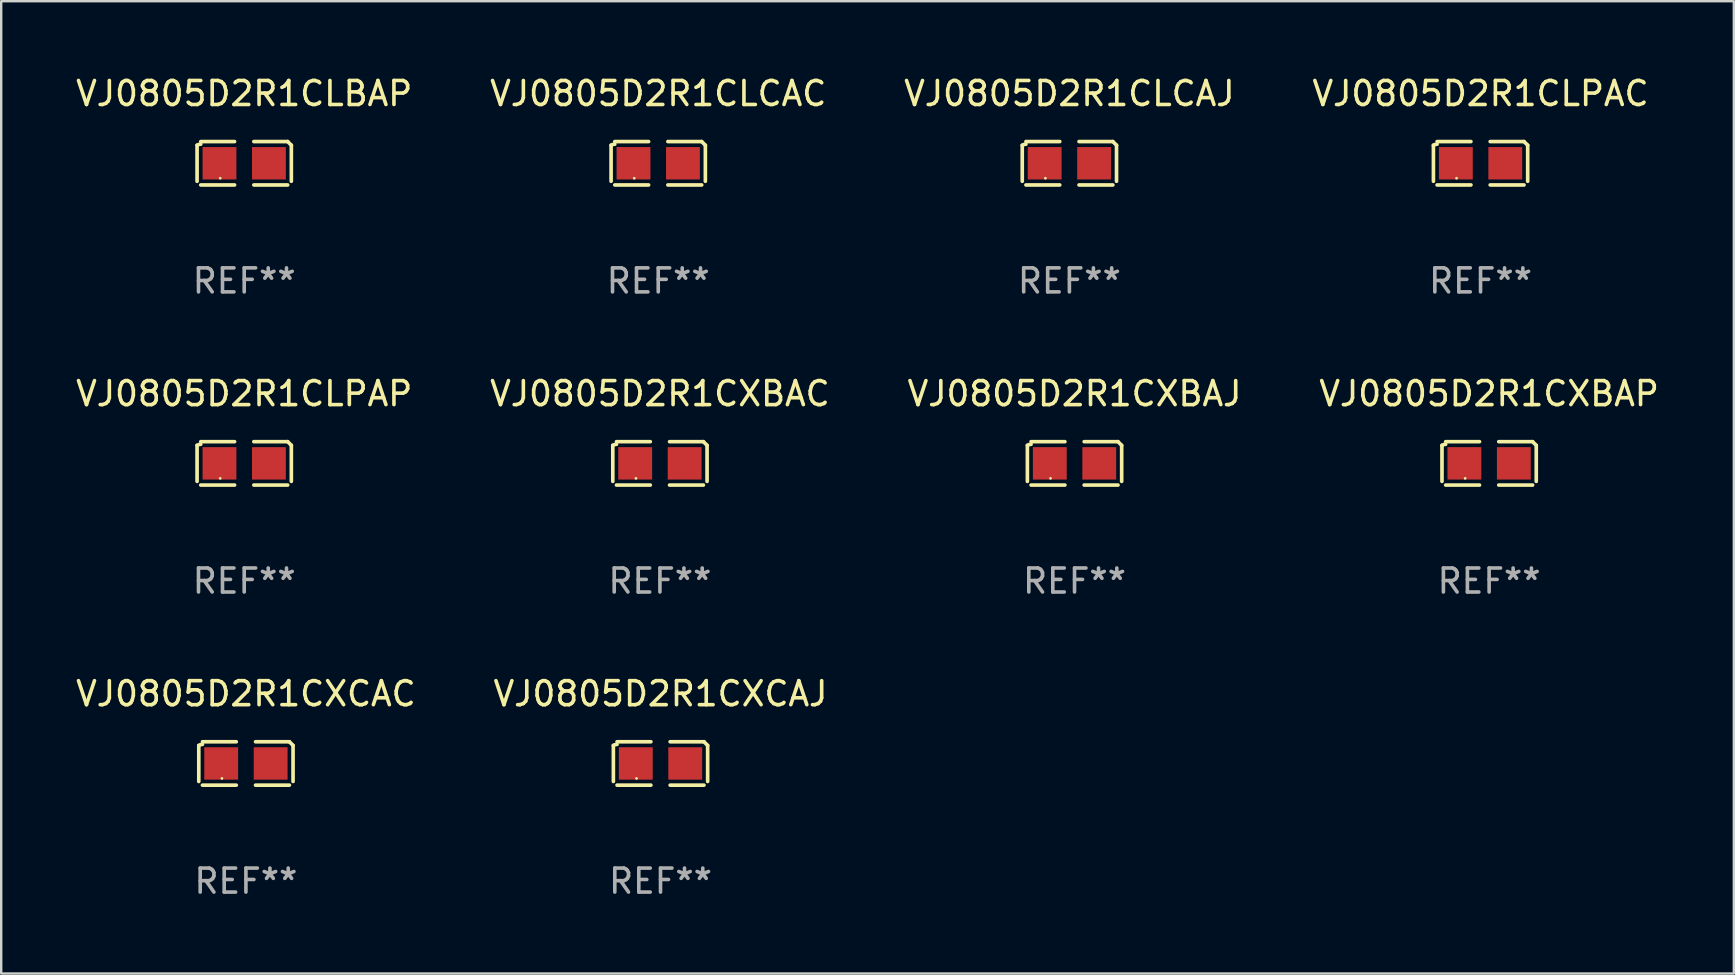
<source format=kicad_pcb>
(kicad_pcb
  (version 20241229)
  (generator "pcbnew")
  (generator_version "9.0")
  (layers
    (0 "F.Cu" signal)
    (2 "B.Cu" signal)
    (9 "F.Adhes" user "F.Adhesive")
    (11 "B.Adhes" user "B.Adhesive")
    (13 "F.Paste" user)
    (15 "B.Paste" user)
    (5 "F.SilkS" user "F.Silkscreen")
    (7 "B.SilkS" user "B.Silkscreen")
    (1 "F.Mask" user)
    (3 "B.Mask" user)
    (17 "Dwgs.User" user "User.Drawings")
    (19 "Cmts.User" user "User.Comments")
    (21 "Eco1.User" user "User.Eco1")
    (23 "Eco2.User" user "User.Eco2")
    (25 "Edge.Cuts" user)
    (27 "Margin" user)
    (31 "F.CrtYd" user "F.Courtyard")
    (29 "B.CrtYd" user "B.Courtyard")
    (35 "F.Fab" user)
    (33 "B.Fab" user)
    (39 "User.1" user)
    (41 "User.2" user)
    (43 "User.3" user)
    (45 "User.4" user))
  (footprint "VJ0805D2R1CXBAP"
    (layer "F.Cu")
    (at 58.994 16.256)
    (property "Reference" "VJ0805D2R1CXBAP" (at 0 -2.904 0) (layer "F.SilkS") (effects (font (size 1 1) (thickness 0.15))))
    (attr through_hole)
    (fp_line (start -1.964 0.751) (end -1.964 -0.751) (stroke (width 0.152) (type solid)) (layer "F.SilkS"))
    (fp_line (start -1.811 -0.904) (end -0.401 -0.904) (stroke (width 0.152) (type solid)) (layer "F.SilkS"))
    (fp_line (start -0.401 0.904) (end -1.811 0.904) (stroke (width 0.152) (type solid)) (layer "F.SilkS"))
    (fp_line (start 0.401 0.904) (end 1.811 0.904) (stroke (width 0.152) (type solid)) (layer "F.SilkS"))
    (fp_line (start 1.811 -0.904) (end 0.401 -0.904) (stroke (width 0.152) (type solid)) (layer "F.SilkS"))
    (fp_line (start 1.964 0.751) (end 1.964 -0.751) (stroke (width 0.152) (type solid)) (layer "F.SilkS"))
    (fp_arc (start -1.963602 -0.751207) (mid -1.890354 -0.783131) (end -1.811201 -0.794044) (stroke (width 0.1524) (type solid)) (layer "F.SilkS"))
    (fp_arc (start 1.811202 -0.903607) (mid 1.887413 -0.827418) (end 1.963602 -0.751207) (stroke (width 0.1524) (type solid)) (layer "F.SilkS"))
    (fp_circle (center -1 0.625) (end -0.97 0.625) (stroke (width 0.06) (type solid)) (fill no) (layer "F.SilkS"))
    (fp_text user "REF**" (at 0 4.904 0) (layer "F.Fab") (effects (font (size 1 1) (thickness 0.15))))
    (pad "1" smd rect (at -1.03 0) (size 1.41 1.35) (layers "F.Cu" "F.Mask" "F.Paste"))
    (pad "2" smd rect (at 1.03 0) (size 1.41 1.35) (layers "F.Cu" "F.Mask" "F.Paste")))
  (footprint "VJ0805D2R1CLPAC"
    (layer "F.Cu")
    (at 58.637 3.752)
    (property "Reference" "VJ0805D2R1CLPAC" (at 0 -2.904 0) (layer "F.SilkS") (effects (font (size 1 1) (thickness 0.15))))
    (attr through_hole)
    (fp_line (start -1.964 0.751) (end -1.964 -0.751) (stroke (width 0.152) (type solid)) (layer "F.SilkS"))
    (fp_line (start -1.811 -0.904) (end -0.401 -0.904) (stroke (width 0.152) (type solid)) (layer "F.SilkS"))
    (fp_line (start -0.401 0.904) (end -1.811 0.904) (stroke (width 0.152) (type solid)) (layer "F.SilkS"))
    (fp_line (start 0.401 0.904) (end 1.811 0.904) (stroke (width 0.152) (type solid)) (layer "F.SilkS"))
    (fp_line (start 1.811 -0.904) (end 0.401 -0.904) (stroke (width 0.152) (type solid)) (layer "F.SilkS"))
    (fp_line (start 1.964 0.751) (end 1.964 -0.751) (stroke (width 0.152) (type solid)) (layer "F.SilkS"))
    (fp_arc (start -1.963602 -0.751207) (mid -1.890354 -0.783131) (end -1.811201 -0.794044) (stroke (width 0.1524) (type solid)) (layer "F.SilkS"))
    (fp_arc (start 1.811202 -0.903607) (mid 1.887413 -0.827418) (end 1.963602 -0.751207) (stroke (width 0.1524) (type solid)) (layer "F.SilkS"))
    (fp_circle (center -1 0.625) (end -0.97 0.625) (stroke (width 0.06) (type solid)) (fill no) (layer "F.SilkS"))
    (fp_text user "REF**" (at 0 4.904 0) (layer "F.Fab") (effects (font (size 1 1) (thickness 0.15))))
    (pad "1" smd rect (at -1.03 0) (size 1.41 1.35) (layers "F.Cu" "F.Mask" "F.Paste"))
    (pad "2" smd rect (at 1.03 0) (size 1.41 1.35) (layers "F.Cu" "F.Mask" "F.Paste")))
  (footprint "VJ0805D2R1CXCAC"
    (layer "F.Cu")
    (at 7.196 28.759)
    (property "Reference" "VJ0805D2R1CXCAC" (at 0 -2.904 0) (layer "F.SilkS") (effects (font (size 1 1) (thickness 0.15))))
    (attr through_hole)
    (fp_line (start -1.964 0.751) (end -1.964 -0.751) (stroke (width 0.152) (type solid)) (layer "F.SilkS"))
    (fp_line (start -1.811 -0.904) (end -0.401 -0.904) (stroke (width 0.152) (type solid)) (layer "F.SilkS"))
    (fp_line (start -0.401 0.904) (end -1.811 0.904) (stroke (width 0.152) (type solid)) (layer "F.SilkS"))
    (fp_line (start 0.401 0.904) (end 1.811 0.904) (stroke (width 0.152) (type solid)) (layer "F.SilkS"))
    (fp_line (start 1.811 -0.904) (end 0.401 -0.904) (stroke (width 0.152) (type solid)) (layer "F.SilkS"))
    (fp_line (start 1.964 0.751) (end 1.964 -0.751) (stroke (width 0.152) (type solid)) (layer "F.SilkS"))
    (fp_arc (start -1.963602 -0.751207) (mid -1.890354 -0.783131) (end -1.811201 -0.794044) (stroke (width 0.1524) (type solid)) (layer "F.SilkS"))
    (fp_arc (start 1.811202 -0.903607) (mid 1.887413 -0.827418) (end 1.963602 -0.751207) (stroke (width 0.1524) (type solid)) (layer "F.SilkS"))
    (fp_circle (center -1 0.625) (end -0.97 0.625) (stroke (width 0.06) (type solid)) (fill no) (layer "F.SilkS"))
    (fp_text user "REF**" (at 0 4.904 0) (layer "F.Fab") (effects (font (size 1 1) (thickness 0.15))))
    (pad "1" smd rect (at -1.03 0) (size 1.41 1.35) (layers "F.Cu" "F.Mask" "F.Paste"))
    (pad "2" smd rect (at 1.03 0) (size 1.41 1.35) (layers "F.Cu" "F.Mask" "F.Paste")))
  (footprint "VJ0805D2R1CXCAJ"
    (layer "F.Cu")
    (at 24.47 28.759)
    (property "Reference" "VJ0805D2R1CXCAJ" (at 0 -2.904 0) (layer "F.SilkS") (effects (font (size 1 1) (thickness 0.15))))
    (attr through_hole)
    (fp_line (start -1.964 0.751) (end -1.964 -0.751) (stroke (width 0.152) (type solid)) (layer "F.SilkS"))
    (fp_line (start -1.811 -0.904) (end -0.401 -0.904) (stroke (width 0.152) (type solid)) (layer "F.SilkS"))
    (fp_line (start -0.401 0.904) (end -1.811 0.904) (stroke (width 0.152) (type solid)) (layer "F.SilkS"))
    (fp_line (start 0.401 0.904) (end 1.811 0.904) (stroke (width 0.152) (type solid)) (layer "F.SilkS"))
    (fp_line (start 1.811 -0.904) (end 0.401 -0.904) (stroke (width 0.152) (type solid)) (layer "F.SilkS"))
    (fp_line (start 1.964 0.751) (end 1.964 -0.751) (stroke (width 0.152) (type solid)) (layer "F.SilkS"))
    (fp_arc (start -1.963602 -0.751207) (mid -1.890354 -0.783131) (end -1.811201 -0.794044) (stroke (width 0.1524) (type solid)) (layer "F.SilkS"))
    (fp_arc (start 1.811202 -0.903607) (mid 1.887413 -0.827418) (end 1.963602 -0.751207) (stroke (width 0.1524) (type solid)) (layer "F.SilkS"))
    (fp_circle (center -1 0.625) (end -0.97 0.625) (stroke (width 0.06) (type solid)) (fill no) (layer "F.SilkS"))
    (fp_text user "REF**" (at 0 4.904 0) (layer "F.Fab") (effects (font (size 1 1) (thickness 0.15))))
    (pad "1" smd rect (at -1.03 0) (size 1.41 1.35) (layers "F.Cu" "F.Mask" "F.Paste"))
    (pad "2" smd rect (at 1.03 0) (size 1.41 1.35) (layers "F.Cu" "F.Mask" "F.Paste")))
  (footprint "VJ0805D2R1CXBAC"
    (layer "F.Cu")
    (at 24.446 16.256)
    (property "Reference" "VJ0805D2R1CXBAC" (at 0 -2.904 0) (layer "F.SilkS") (effects (font (size 1 1) (thickness 0.15))))
    (attr through_hole)
    (fp_line (start -1.964 0.751) (end -1.964 -0.751) (stroke (width 0.152) (type solid)) (layer "F.SilkS"))
    (fp_line (start -1.811 -0.904) (end -0.401 -0.904) (stroke (width 0.152) (type solid)) (layer "F.SilkS"))
    (fp_line (start -0.401 0.904) (end -1.811 0.904) (stroke (width 0.152) (type solid)) (layer "F.SilkS"))
    (fp_line (start 0.401 0.904) (end 1.811 0.904) (stroke (width 0.152) (type solid)) (layer "F.SilkS"))
    (fp_line (start 1.811 -0.904) (end 0.401 -0.904) (stroke (width 0.152) (type solid)) (layer "F.SilkS"))
    (fp_line (start 1.964 0.751) (end 1.964 -0.751) (stroke (width 0.152) (type solid)) (layer "F.SilkS"))
    (fp_arc (start -1.963602 -0.751207) (mid -1.890354 -0.783131) (end -1.811201 -0.794044) (stroke (width 0.1524) (type solid)) (layer "F.SilkS"))
    (fp_arc (start 1.811202 -0.903607) (mid 1.887413 -0.827418) (end 1.963602 -0.751207) (stroke (width 0.1524) (type solid)) (layer "F.SilkS"))
    (fp_circle (center -1 0.625) (end -0.97 0.625) (stroke (width 0.06) (type solid)) (fill no) (layer "F.SilkS"))
    (fp_text user "REF**" (at 0 4.904 0) (layer "F.Fab") (effects (font (size 1 1) (thickness 0.15))))
    (pad "1" smd rect (at -1.03 0) (size 1.41 1.35) (layers "F.Cu" "F.Mask" "F.Paste"))
    (pad "2" smd rect (at 1.03 0) (size 1.41 1.35) (layers "F.Cu" "F.Mask" "F.Paste")))
  (footprint "VJ0805D2R1CLCAC"
    (layer "F.Cu")
    (at 24.375 3.752)
    (property "Reference" "VJ0805D2R1CLCAC" (at 0 -2.904 0) (layer "F.SilkS") (effects (font (size 1 1) (thickness 0.15))))
    (attr through_hole)
    (fp_line (start -1.964 0.751) (end -1.964 -0.751) (stroke (width 0.152) (type solid)) (layer "F.SilkS"))
    (fp_line (start -1.811 -0.904) (end -0.401 -0.904) (stroke (width 0.152) (type solid)) (layer "F.SilkS"))
    (fp_line (start -0.401 0.904) (end -1.811 0.904) (stroke (width 0.152) (type solid)) (layer "F.SilkS"))
    (fp_line (start 0.401 0.904) (end 1.811 0.904) (stroke (width 0.152) (type solid)) (layer "F.SilkS"))
    (fp_line (start 1.811 -0.904) (end 0.401 -0.904) (stroke (width 0.152) (type solid)) (layer "F.SilkS"))
    (fp_line (start 1.964 0.751) (end 1.964 -0.751) (stroke (width 0.152) (type solid)) (layer "F.SilkS"))
    (fp_arc (start -1.963602 -0.751207) (mid -1.890354 -0.783131) (end -1.811201 -0.794044) (stroke (width 0.1524) (type solid)) (layer "F.SilkS"))
    (fp_arc (start 1.811202 -0.903607) (mid 1.887413 -0.827418) (end 1.963602 -0.751207) (stroke (width 0.1524) (type solid)) (layer "F.SilkS"))
    (fp_circle (center -1 0.625) (end -0.97 0.625) (stroke (width 0.06) (type solid)) (fill no) (layer "F.SilkS"))
    (fp_text user "REF**" (at 0 4.904 0) (layer "F.Fab") (effects (font (size 1 1) (thickness 0.15))))
    (pad "1" smd rect (at -1.03 0) (size 1.41 1.35) (layers "F.Cu" "F.Mask" "F.Paste"))
    (pad "2" smd rect (at 1.03 0) (size 1.41 1.35) (layers "F.Cu" "F.Mask" "F.Paste")))
  (footprint "VJ0805D2R1CLCAJ"
    (layer "F.Cu")
    (at 41.506 3.752)
    (property "Reference" "VJ0805D2R1CLCAJ" (at 0 -2.904 0) (layer "F.SilkS") (effects (font (size 1 1) (thickness 0.15))))
    (attr through_hole)
    (fp_line (start -1.964 0.751) (end -1.964 -0.751) (stroke (width 0.152) (type solid)) (layer "F.SilkS"))
    (fp_line (start -1.811 -0.904) (end -0.401 -0.904) (stroke (width 0.152) (type solid)) (layer "F.SilkS"))
    (fp_line (start -0.401 0.904) (end -1.811 0.904) (stroke (width 0.152) (type solid)) (layer "F.SilkS"))
    (fp_line (start 0.401 0.904) (end 1.811 0.904) (stroke (width 0.152) (type solid)) (layer "F.SilkS"))
    (fp_line (start 1.811 -0.904) (end 0.401 -0.904) (stroke (width 0.152) (type solid)) (layer "F.SilkS"))
    (fp_line (start 1.964 0.751) (end 1.964 -0.751) (stroke (width 0.152) (type solid)) (layer "F.SilkS"))
    (fp_arc (start -1.963602 -0.751207) (mid -1.890354 -0.783131) (end -1.811201 -0.794044) (stroke (width 0.1524) (type solid)) (layer "F.SilkS"))
    (fp_arc (start 1.811202 -0.903607) (mid 1.887413 -0.827418) (end 1.963602 -0.751207) (stroke (width 0.1524) (type solid)) (layer "F.SilkS"))
    (fp_circle (center -1 0.625) (end -0.97 0.625) (stroke (width 0.06) (type solid)) (fill no) (layer "F.SilkS"))
    (fp_text user "REF**" (at 0 4.904 0) (layer "F.Fab") (effects (font (size 1 1) (thickness 0.15))))
    (pad "1" smd rect (at -1.03 0) (size 1.41 1.35) (layers "F.Cu" "F.Mask" "F.Paste"))
    (pad "2" smd rect (at 1.03 0) (size 1.41 1.35) (layers "F.Cu" "F.Mask" "F.Paste")))
  (footprint "VJ0805D2R1CLPAP"
    (layer "F.Cu")
    (at 7.125 16.256)
    (property "Reference" "VJ0805D2R1CLPAP" (at 0 -2.904 0) (layer "F.SilkS") (effects (font (size 1 1) (thickness 0.15))))
    (attr through_hole)
    (fp_line (start -1.964 0.751) (end -1.964 -0.751) (stroke (width 0.152) (type solid)) (layer "F.SilkS"))
    (fp_line (start -1.811 -0.904) (end -0.401 -0.904) (stroke (width 0.152) (type solid)) (layer "F.SilkS"))
    (fp_line (start -0.401 0.904) (end -1.811 0.904) (stroke (width 0.152) (type solid)) (layer "F.SilkS"))
    (fp_line (start 0.401 0.904) (end 1.811 0.904) (stroke (width 0.152) (type solid)) (layer "F.SilkS"))
    (fp_line (start 1.811 -0.904) (end 0.401 -0.904) (stroke (width 0.152) (type solid)) (layer "F.SilkS"))
    (fp_line (start 1.964 0.751) (end 1.964 -0.751) (stroke (width 0.152) (type solid)) (layer "F.SilkS"))
    (fp_arc (start -1.963602 -0.751207) (mid -1.890354 -0.783131) (end -1.811201 -0.794044) (stroke (width 0.1524) (type solid)) (layer "F.SilkS"))
    (fp_arc (start 1.811202 -0.903607) (mid 1.887413 -0.827418) (end 1.963602 -0.751207) (stroke (width 0.1524) (type solid)) (layer "F.SilkS"))
    (fp_circle (center -1 0.625) (end -0.97 0.625) (stroke (width 0.06) (type solid)) (fill no) (layer "F.SilkS"))
    (fp_text user "REF**" (at 0 4.904 0) (layer "F.Fab") (effects (font (size 1 1) (thickness 0.15))))
    (pad "1" smd rect (at -1.03 0) (size 1.41 1.35) (layers "F.Cu" "F.Mask" "F.Paste"))
    (pad "2" smd rect (at 1.03 0) (size 1.41 1.35) (layers "F.Cu" "F.Mask" "F.Paste")))
  (footprint "VJ0805D2R1CLBAP"
    (layer "F.Cu")
    (at 7.125 3.752)
    (property "Reference" "VJ0805D2R1CLBAP" (at 0 -2.904 0) (layer "F.SilkS") (effects (font (size 1 1) (thickness 0.15))))
    (attr through_hole)
    (fp_line (start -1.964 0.751) (end -1.964 -0.751) (stroke (width 0.152) (type solid)) (layer "F.SilkS"))
    (fp_line (start -1.811 -0.904) (end -0.401 -0.904) (stroke (width 0.152) (type solid)) (layer "F.SilkS"))
    (fp_line (start -0.401 0.904) (end -1.811 0.904) (stroke (width 0.152) (type solid)) (layer "F.SilkS"))
    (fp_line (start 0.401 0.904) (end 1.811 0.904) (stroke (width 0.152) (type solid)) (layer "F.SilkS"))
    (fp_line (start 1.811 -0.904) (end 0.401 -0.904) (stroke (width 0.152) (type solid)) (layer "F.SilkS"))
    (fp_line (start 1.964 0.751) (end 1.964 -0.751) (stroke (width 0.152) (type solid)) (layer "F.SilkS"))
    (fp_arc (start -1.963602 -0.751207) (mid -1.890354 -0.783131) (end -1.811201 -0.794044) (stroke (width 0.1524) (type solid)) (layer "F.SilkS"))
    (fp_arc (start 1.811202 -0.903607) (mid 1.887413 -0.827418) (end 1.963602 -0.751207) (stroke (width 0.1524) (type solid)) (layer "F.SilkS"))
    (fp_circle (center -1 0.625) (end -0.97 0.625) (stroke (width 0.06) (type solid)) (fill no) (layer "F.SilkS"))
    (fp_text user "REF**" (at 0 4.904 0) (layer "F.Fab") (effects (font (size 1 1) (thickness 0.15))))
    (pad "1" smd rect (at -1.03 0) (size 1.41 1.35) (layers "F.Cu" "F.Mask" "F.Paste"))
    (pad "2" smd rect (at 1.03 0) (size 1.41 1.35) (layers "F.Cu" "F.Mask" "F.Paste")))
  (footprint "VJ0805D2R1CXBAJ"
    (layer "F.Cu")
    (at 41.72 16.256)
    (property "Reference" "VJ0805D2R1CXBAJ" (at 0 -2.904 0) (layer "F.SilkS") (effects (font (size 1 1) (thickness 0.15))))
    (attr through_hole)
    (fp_line (start -1.964 0.751) (end -1.964 -0.751) (stroke (width 0.152) (type solid)) (layer "F.SilkS"))
    (fp_line (start -1.811 -0.904) (end -0.401 -0.904) (stroke (width 0.152) (type solid)) (layer "F.SilkS"))
    (fp_line (start -0.401 0.904) (end -1.811 0.904) (stroke (width 0.152) (type solid)) (layer "F.SilkS"))
    (fp_line (start 0.401 0.904) (end 1.811 0.904) (stroke (width 0.152) (type solid)) (layer "F.SilkS"))
    (fp_line (start 1.811 -0.904) (end 0.401 -0.904) (stroke (width 0.152) (type solid)) (layer "F.SilkS"))
    (fp_line (start 1.964 0.751) (end 1.964 -0.751) (stroke (width 0.152) (type solid)) (layer "F.SilkS"))
    (fp_arc (start -1.963602 -0.751207) (mid -1.890354 -0.783131) (end -1.811201 -0.794044) (stroke (width 0.1524) (type solid)) (layer "F.SilkS"))
    (fp_arc (start 1.811202 -0.903607) (mid 1.887413 -0.827418) (end 1.963602 -0.751207) (stroke (width 0.1524) (type solid)) (layer "F.SilkS"))
    (fp_circle (center -1 0.625) (end -0.97 0.625) (stroke (width 0.06) (type solid)) (fill no) (layer "F.SilkS"))
    (fp_text user "REF**" (at 0 4.904 0) (layer "F.Fab") (effects (font (size 1 1) (thickness 0.15))))
    (pad "1" smd rect (at -1.03 0) (size 1.41 1.35) (layers "F.Cu" "F.Mask" "F.Paste"))
    (pad "2" smd rect (at 1.03 0) (size 1.41 1.35) (layers "F.Cu" "F.Mask" "F.Paste")))
  (gr_rect
    (start -3 -3)
    (end 69.19 37.511)
    (stroke (width 0.1) (type default))
    (fill no)
    (layer "Edge.Cuts")))
</source>
